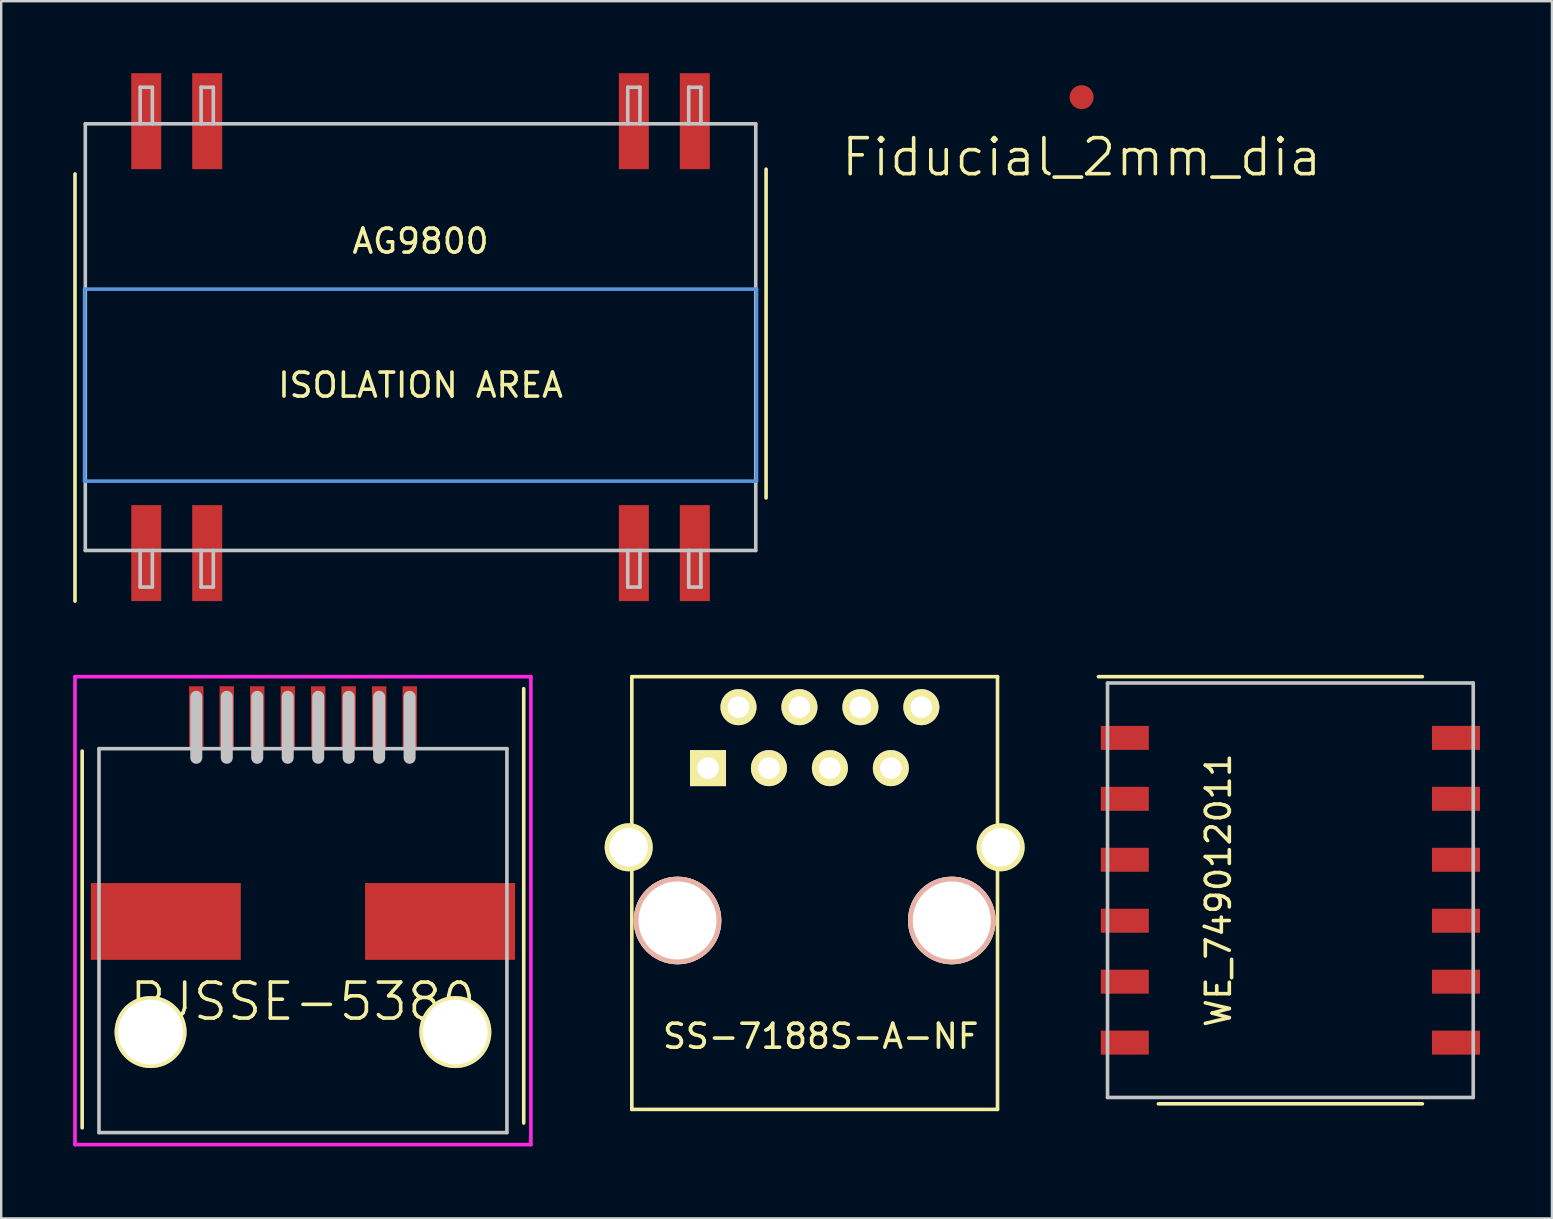
<source format=kicad_pcb>
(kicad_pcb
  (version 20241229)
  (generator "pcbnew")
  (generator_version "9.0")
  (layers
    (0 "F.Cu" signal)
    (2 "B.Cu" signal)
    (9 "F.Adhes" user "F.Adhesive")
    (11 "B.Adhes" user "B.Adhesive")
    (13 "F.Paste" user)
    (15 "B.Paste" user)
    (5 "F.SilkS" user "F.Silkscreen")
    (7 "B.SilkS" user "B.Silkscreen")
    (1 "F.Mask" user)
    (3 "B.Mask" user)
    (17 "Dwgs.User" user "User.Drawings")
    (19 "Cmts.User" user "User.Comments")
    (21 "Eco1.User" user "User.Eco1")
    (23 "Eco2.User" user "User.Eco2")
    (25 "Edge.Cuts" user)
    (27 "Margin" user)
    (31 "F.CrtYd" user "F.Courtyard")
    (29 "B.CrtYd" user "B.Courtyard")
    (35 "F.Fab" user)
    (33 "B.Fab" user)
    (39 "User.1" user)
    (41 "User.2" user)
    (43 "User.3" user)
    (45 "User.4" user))
  (footprint "Fiducial_2mm_dia"
    (layer "F.Cu")
    (at 42.025 1)
    (property "Reference" "Fiducial_2mm_dia" (at 0 2.5 0) (layer "F.SilkS") (effects (font (size 1.5 1.5) (thickness 0.15))))
    (attr through_hole)
    (pad "" smd circle (at 0 0) (size 2 2) (layers "F.Mask"))
    (pad "1" smd circle (at 0 0) (size 1 1) (layers "F.Cu" "F.Mask")))
  (footprint "AG9800"
    (layer "F.Cu")
    (at 14.475 11)
    (property "Reference" "AG9800" (at 0 -4 0) (layer "F.SilkS") (effects (font (size 1 1) (thickness 0.15))))
    (attr through_hole)
    (fp_line (start -14.4 -6.8) (end -14.4 11) (stroke (width 0.15) (type solid)) (layer "F.SilkS"))
    (fp_line (start 14.4 6.7) (end 14.4 -7) (stroke (width 0.15) (type solid)) (layer "F.SilkS"))
    (fp_line (start -13.97 -8.89) (end 13.97 -8.89) (stroke (width 0.15) (type solid)) (layer "Dwgs.User"))
    (fp_line (start -13.97 8.89) (end -13.97 -8.89) (stroke (width 0.15) (type solid)) (layer "Dwgs.User"))
    (fp_line (start -11.684 -10.414) (end -11.176 -10.414) (stroke (width 0.15) (type solid)) (layer "Dwgs.User"))
    (fp_line (start -11.684 -8.89) (end -11.684 -10.414) (stroke (width 0.15) (type solid)) (layer "Dwgs.User"))
    (fp_line (start -11.684 8.89) (end -11.684 10.414) (stroke (width 0.15) (type solid)) (layer "Dwgs.User"))
    (fp_line (start -11.684 10.414) (end -11.176 10.414) (stroke (width 0.15) (type solid)) (layer "Dwgs.User"))
    (fp_line (start -11.176 -10.414) (end -11.176 -8.89) (stroke (width 0.15) (type solid)) (layer "Dwgs.User"))
    (fp_line (start -11.176 10.414) (end -11.176 8.89) (stroke (width 0.15) (type solid)) (layer "Dwgs.User"))
    (fp_line (start -9.144 -10.414) (end -8.636 -10.414) (stroke (width 0.15) (type solid)) (layer "Dwgs.User"))
    (fp_line (start -9.144 -8.89) (end -9.144 -10.414) (stroke (width 0.15) (type solid)) (layer "Dwgs.User"))
    (fp_line (start -9.144 8.89) (end -9.144 10.414) (stroke (width 0.15) (type solid)) (layer "Dwgs.User"))
    (fp_line (start -9.144 10.414) (end -8.636 10.414) (stroke (width 0.15) (type solid)) (layer "Dwgs.User"))
    (fp_line (start -8.636 -10.414) (end -8.636 -8.89) (stroke (width 0.15) (type solid)) (layer "Dwgs.User"))
    (fp_line (start -8.636 10.414) (end -8.636 8.89) (stroke (width 0.15) (type solid)) (layer "Dwgs.User"))
    (fp_line (start 8.636 -10.414) (end 9.144 -10.414) (stroke (width 0.15) (type solid)) (layer "Dwgs.User"))
    (fp_line (start 8.636 -8.89) (end 8.636 -10.414) (stroke (width 0.15) (type solid)) (layer "Dwgs.User"))
    (fp_line (start 8.636 8.89) (end 8.636 10.414) (stroke (width 0.15) (type solid)) (layer "Dwgs.User"))
    (fp_line (start 8.636 10.414) (end 9.144 10.414) (stroke (width 0.15) (type solid)) (layer "Dwgs.User"))
    (fp_line (start 9.144 -10.414) (end 9.144 -8.89) (stroke (width 0.15) (type solid)) (layer "Dwgs.User"))
    (fp_line (start 9.144 10.414) (end 9.144 8.89) (stroke (width 0.15) (type solid)) (layer "Dwgs.User"))
    (fp_line (start 11.176 -10.414) (end 11.684 -10.414) (stroke (width 0.15) (type solid)) (layer "Dwgs.User"))
    (fp_line (start 11.176 -8.89) (end 11.176 -10.414) (stroke (width 0.15) (type solid)) (layer "Dwgs.User"))
    (fp_line (start 11.176 8.89) (end 11.176 10.414) (stroke (width 0.15) (type solid)) (layer "Dwgs.User"))
    (fp_line (start 11.176 10.414) (end 11.684 10.414) (stroke (width 0.15) (type solid)) (layer "Dwgs.User"))
    (fp_line (start 11.684 -10.414) (end 11.684 -8.89) (stroke (width 0.15) (type solid)) (layer "Dwgs.User"))
    (fp_line (start 11.684 10.414) (end 11.684 8.89) (stroke (width 0.15) (type solid)) (layer "Dwgs.User"))
    (fp_line (start 13.97 -8.89) (end 13.97 8.89) (stroke (width 0.15) (type solid)) (layer "Dwgs.User"))
    (fp_line (start 13.97 8.89) (end -13.97 8.89) (stroke (width 0.15) (type solid)) (layer "Dwgs.User"))
    (fp_line (start -14 6) (end -14 -2) (stroke (width 0.15) (type solid)) (layer "Cmts.User"))
    (fp_line (start -14 6) (end 14 6) (stroke (width 0.15) (type solid)) (layer "Cmts.User"))
    (fp_line (start 14 -2) (end -14 -2) (stroke (width 0.15) (type solid)) (layer "Cmts.User"))
    (fp_line (start 14 -2) (end 14 6) (stroke (width 0.15) (type solid)) (layer "Cmts.User"))
    (fp_text user "ISOLATION AREA" (at 0 2 0) (layer "F.SilkS") (effects (font (size 1 1) (thickness 0.15))))
    (pad "1" smd rect (at -11.43 9) (size 1.25 4) (layers "F.Cu" "F.Mask" "F.Paste"))
    (pad "2" smd rect (at -8.89 9) (size 1.25 4) (layers "F.Cu" "F.Mask" "F.Paste"))
    (pad "3" smd rect (at 8.89 9) (size 1.25 4) (layers "F.Cu" "F.Mask" "F.Paste"))
    (pad "4" smd rect (at 11.43 9) (size 1.25 4) (layers "F.Cu" "F.Mask" "F.Paste"))
    (pad "5" smd rect (at 11.43 -9) (size 1.25 4) (layers "F.Cu" "F.Mask" "F.Paste"))
    (pad "6" smd rect (at 8.89 -9) (size 1.25 4) (layers "F.Cu" "F.Mask" "F.Paste"))
    (pad "7" smd rect (at -8.89 -9) (size 1.25 4) (layers "F.Cu" "F.Mask" "F.Paste"))
    (pad "8" smd rect (at -11.43 -9) (size 1.25 4) (layers "F.Cu" "F.Mask" "F.Paste")))
  (footprint "RJSSE-5380"
    (layer "F.Cu")
    (at 9.575 36.15)
    (property "Reference" "RJSSE-5380" (at 0 2.54 0) (layer "F.SilkS") (effects (font (size 1.5 1.5) (thickness 0.15))))
    (attr through_hole)
    (fp_line (start -9.2 7.8) (end -9.2 -7.9) (stroke (width 0.15) (type solid)) (layer "F.SilkS"))
    (fp_line (start 9.2 7.6) (end 9.2 -10.5) (stroke (width 0.15) (type solid)) (layer "F.SilkS"))
    (fp_line (start -8.5 -8) (end 8.5 -8) (stroke (width 0.15) (type solid)) (layer "Dwgs.User"))
    (fp_line (start -8.5 8) (end -8.5 -8) (stroke (width 0.15) (type solid)) (layer "Dwgs.User"))
    (fp_line (start -4.445 -7.62) (end -4.445 -10.16) (stroke (width 0.5) (type solid)) (layer "Dwgs.User"))
    (fp_line (start -3.175 -7.62) (end -3.175 -10.16) (stroke (width 0.5) (type solid)) (layer "Dwgs.User"))
    (fp_line (start -1.905 -7.62) (end -1.905 -10.16) (stroke (width 0.5) (type solid)) (layer "Dwgs.User"))
    (fp_line (start -0.635 -7.62) (end -0.635 -10.16) (stroke (width 0.5) (type solid)) (layer "Dwgs.User"))
    (fp_line (start 0.635 -7.62) (end 0.635 -10.16) (stroke (width 0.5) (type solid)) (layer "Dwgs.User"))
    (fp_line (start 1.905 -7.62) (end 1.905 -10.16) (stroke (width 0.5) (type solid)) (layer "Dwgs.User"))
    (fp_line (start 3.175 -7.62) (end 3.175 -10.16) (stroke (width 0.5) (type solid)) (layer "Dwgs.User"))
    (fp_line (start 4.445 -7.62) (end 4.445 -10.16) (stroke (width 0.5) (type solid)) (layer "Dwgs.User"))
    (fp_line (start 8.5 -8) (end 8.5 8) (stroke (width 0.15) (type solid)) (layer "Dwgs.User"))
    (fp_line (start 8.5 8) (end -8.5 8) (stroke (width 0.15) (type solid)) (layer "Dwgs.User"))
    (fp_line (start -9.5 -11) (end 9.5 -11) (stroke (width 0.15) (type solid)) (layer "F.CrtYd"))
    (fp_line (start -9.5 8.5) (end -9.5 -11) (stroke (width 0.15) (type solid)) (layer "F.CrtYd"))
    (fp_line (start 9.5 -11) (end 9.5 8.5) (stroke (width 0.15) (type solid)) (layer "F.CrtYd"))
    (fp_line (start 9.5 8.5) (end -9.5 8.5) (stroke (width 0.15) (type solid)) (layer "F.CrtYd"))
    (pad "1" smd rect (at 4.45 -9.3) (size 0.6 2.6) (layers "F.Cu" "F.Mask" "F.Paste"))
    (pad "2" smd rect (at 3.175 -9.3) (size 0.6 2.6) (layers "F.Cu" "F.Mask" "F.Paste"))
    (pad "3" smd rect (at 1.905 -9.3) (size 0.6 2.6) (layers "F.Cu" "F.Mask" "F.Paste"))
    (pad "4" smd rect (at 0.635 -9.3) (size 0.6 2.6) (layers "F.Cu" "F.Mask" "F.Paste"))
    (pad "5" smd rect (at -0.63 -9.3) (size 0.6 2.6) (layers "F.Cu" "F.Mask" "F.Paste"))
    (pad "6" smd rect (at -1.905 -9.3) (size 0.6 2.6) (layers "F.Cu" "F.Mask" "F.Paste"))
    (pad "7" smd rect (at -3.175 -9.3) (size 0.6 2.6) (layers "F.Cu" "F.Mask" "F.Paste"))
    (pad "8" smd rect (at -4.445 -9.3) (size 0.6 2.6) (layers "F.Cu" "F.Mask" "F.Paste"))
    (pad "9" smd rect (at -5.715 -0.8) (size 6.25 3.2) (layers "F.Cu" "F.Mask" "F.Paste"))
    (pad "9" smd rect (at 5.715 -0.8) (size 6.25 3.2) (layers "F.Cu" "F.Mask" "F.Paste"))
    (pad "10" thru_hole circle (at -6.35 3.81) (size 3 3) (drill 2.7) (layers "*.Cu" "*.Mask" "F.SilkS"))
    (pad "10" thru_hole circle (at 6.35 3.81) (size 3 3) (drill 2.7) (layers "*.Cu" "*.Mask" "F.SilkS")))
  (footprint "WE_749012011"
    (layer "F.Cu")
    (at 50.725 34.05)
    (property "Reference" "WE_749012011" (at -3 0 90) (layer "F.SilkS") (effects (font (size 1 1) (thickness 0.15))))
    (attr through_hole)
    (fp_line (start -5.5 8.9) (end 5.5 8.9) (stroke (width 0.15) (type solid)) (layer "F.SilkS"))
    (fp_line (start 5.5 -8.9) (end -8 -8.9) (stroke (width 0.15) (type solid)) (layer "F.SilkS"))
    (fp_line (start -7.62 -8.636) (end -7.62 8.636) (stroke (width 0.15) (type solid)) (layer "Dwgs.User"))
    (fp_line (start -7.62 8.636) (end 7.62 8.636) (stroke (width 0.15) (type solid)) (layer "Dwgs.User"))
    (fp_line (start 7.62 -8.636) (end -7.62 -8.636) (stroke (width 0.15) (type solid)) (layer "Dwgs.User"))
    (fp_line (start 7.62 8.636) (end 7.62 -8.636) (stroke (width 0.15) (type solid)) (layer "Dwgs.User"))
    (pad "1" smd rect (at -6.9 -6.35) (size 2 1) (layers "F.Cu" "F.Mask" "F.Paste"))
    (pad "2" smd rect (at -6.9 -3.81) (size 2 1) (layers "F.Cu" "F.Mask" "F.Paste"))
    (pad "3" smd rect (at -6.9 -1.27) (size 2 1) (layers "F.Cu" "F.Mask" "F.Paste"))
    (pad "4" smd rect (at -6.9 1.27) (size 2 1) (layers "F.Cu" "F.Mask" "F.Paste"))
    (pad "5" smd rect (at -6.9 3.81) (size 2 1) (layers "F.Cu" "F.Mask" "F.Paste"))
    (pad "6" smd rect (at -6.9 6.35) (size 2 1) (layers "F.Cu" "F.Mask" "F.Paste"))
    (pad "7" smd rect (at 6.9 6.35) (size 2 1) (layers "F.Cu" "F.Mask" "F.Paste"))
    (pad "8" smd rect (at 6.9 3.81) (size 2 1) (layers "F.Cu" "F.Mask" "F.Paste"))
    (pad "9" smd rect (at 6.9 1.27) (size 2 1) (layers "F.Cu" "F.Mask" "F.Paste"))
    (pad "10" smd rect (at 6.9 -1.27) (size 2 1) (layers "F.Cu" "F.Mask" "F.Paste"))
    (pad "11" smd rect (at 6.9 -3.81) (size 2 1) (layers "F.Cu" "F.Mask" "F.Paste"))
    (pad "12" smd rect (at 6.9 -6.35) (size 2 1) (layers "F.Cu" "F.Mask" "F.Paste")))
  (footprint "SS-7188S-A-NF"
    (layer "F.Cu")
    (at 30.9 35.31)
    (property "Reference" "SS-7188S-A-NF" (at 0.254 4.826 0) (layer "F.SilkS") (effects (font (size 1 1) (thickness 0.15))))
    (attr through_hole)
    (fp_line (start -7.62 -10.16) (end -7.62 7.874) (stroke (width 0.15) (type solid)) (layer "F.SilkS"))
    (fp_line (start -7.62 7.874) (end 7.62 7.874) (stroke (width 0.15) (type solid)) (layer "F.SilkS"))
    (fp_line (start 7.62 -10.16) (end -7.62 -10.16) (stroke (width 0.15) (type solid)) (layer "F.SilkS"))
    (fp_line (start 7.62 7.874) (end 7.62 -10.16) (stroke (width 0.15) (type solid)) (layer "F.SilkS"))
    (pad "" np_thru_hole circle (at -5.715 0) (size 3.65 3.65) (drill 3.251) (layers "*.Cu" "*.SilkS" "*.Mask"))
    (pad "" np_thru_hole circle (at 5.715 0) (size 3.65 3.65) (drill 3.251) (layers "*.Cu" "*.SilkS" "*.Mask"))
    (pad "1" thru_hole rect (at -4.445 -6.35) (size 1.501 1.501) (drill 0.899) (layers "*.Cu" "*.Mask" "F.SilkS"))
    (pad "2" thru_hole circle (at -3.175 -8.89) (size 1.501 1.501) (drill 0.899) (layers "*.Cu" "*.Mask" "F.SilkS"))
    (pad "3" thru_hole circle (at -1.905 -6.35) (size 1.501 1.501) (drill 0.899) (layers "*.Cu" "*.Mask" "F.SilkS"))
    (pad "4" thru_hole circle (at -0.635 -8.89) (size 1.501 1.501) (drill 0.899) (layers "*.Cu" "*.Mask" "F.SilkS"))
    (pad "5" thru_hole circle (at 0.635 -6.35) (size 1.501 1.501) (drill 0.899) (layers "*.Cu" "*.Mask" "F.SilkS"))
    (pad "6" thru_hole circle (at 1.905 -8.89) (size 1.501 1.501) (drill 0.899) (layers "*.Cu" "*.Mask" "F.SilkS"))
    (pad "7" thru_hole circle (at 3.175 -6.35) (size 1.501 1.501) (drill 0.899) (layers "*.Cu" "*.Mask" "F.SilkS"))
    (pad "8" thru_hole circle (at 4.445 -8.89) (size 1.501 1.501) (drill 0.899) (layers "*.Cu" "*.Mask" "F.SilkS"))
    (pad "9" thru_hole circle (at -7.75 -3.05) (size 2 2) (drill 1.6) (layers "*.Cu" "*.Mask" "F.SilkS"))
    (pad "9" thru_hole circle (at 7.75 -3.05) (size 2 2) (drill 1.6) (layers "*.Cu" "*.Mask" "F.SilkS")))
  (gr_rect
    (start -3 -3)
    (end 61.625 47.725)
    (stroke (width 0.1) (type default))
    (fill no)
    (layer "Edge.Cuts")))
</source>
